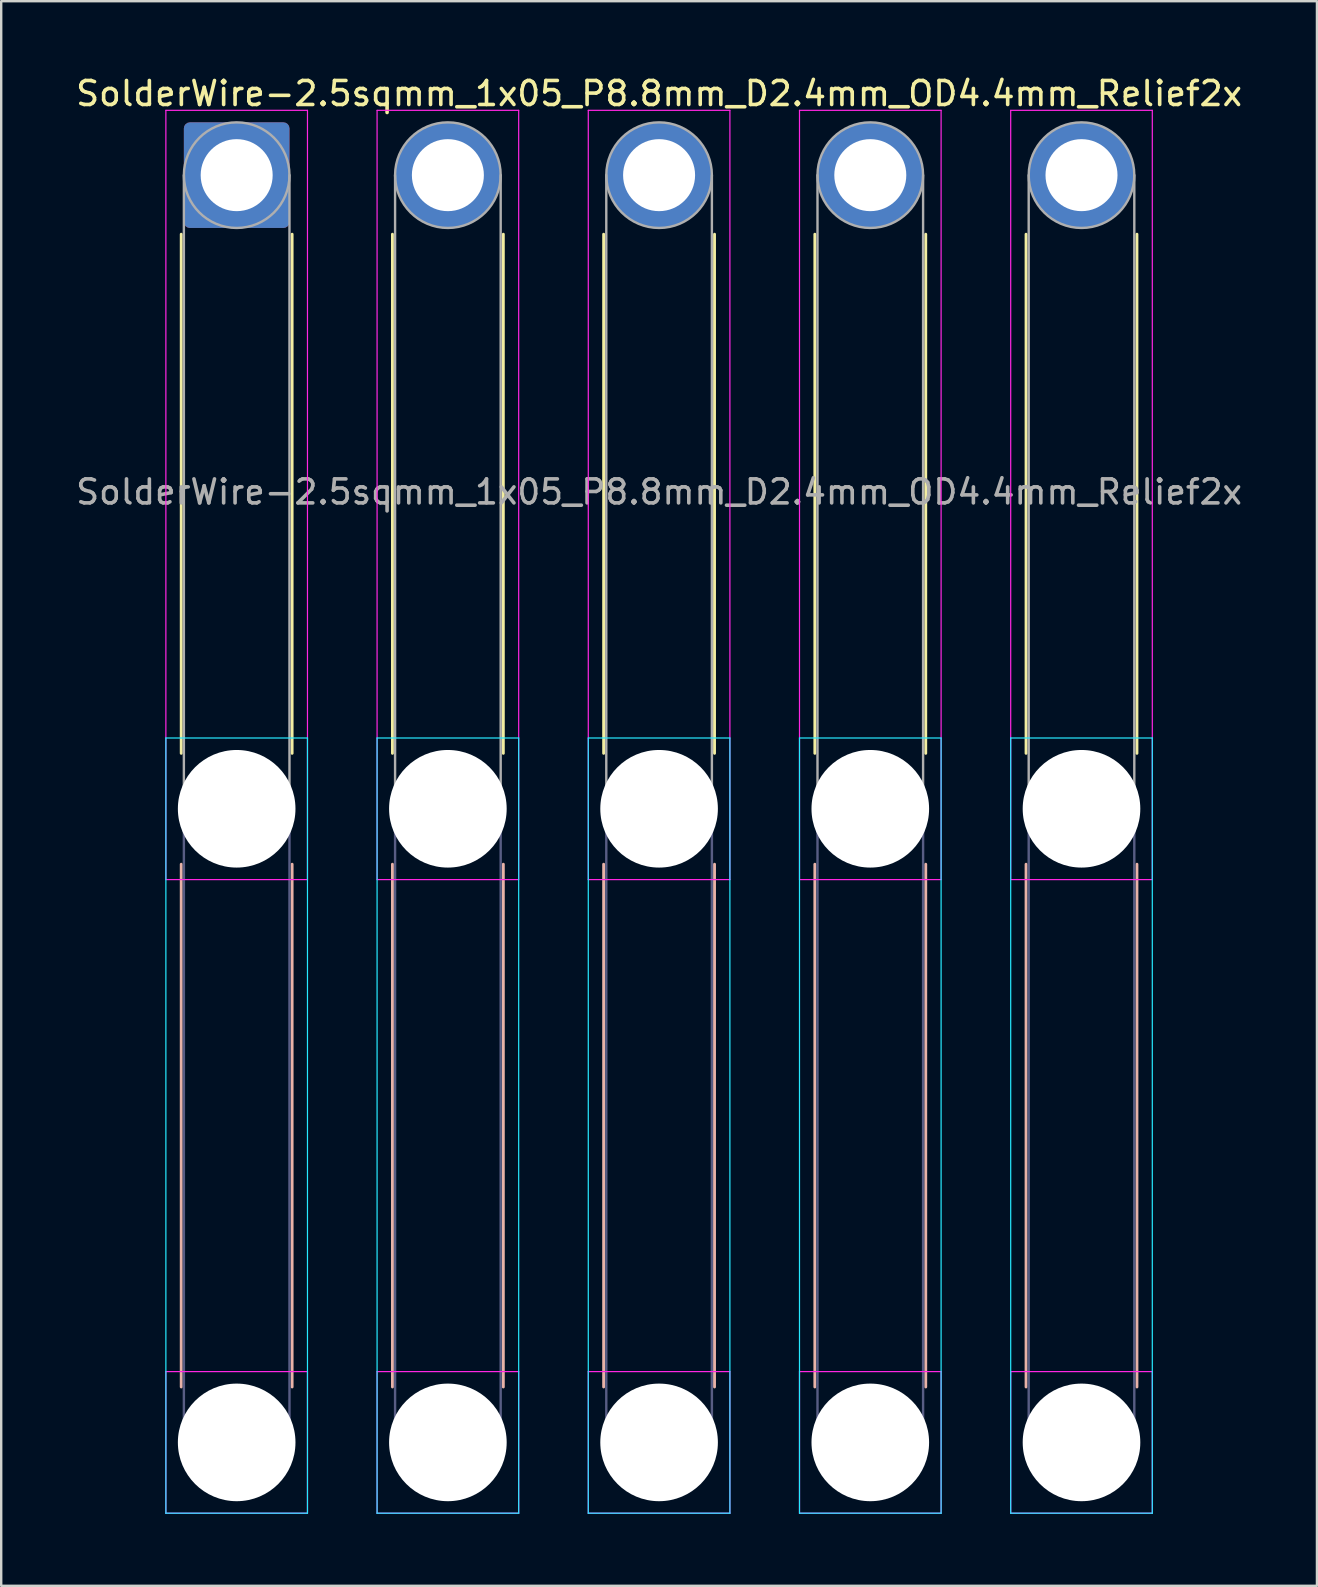
<source format=kicad_pcb>
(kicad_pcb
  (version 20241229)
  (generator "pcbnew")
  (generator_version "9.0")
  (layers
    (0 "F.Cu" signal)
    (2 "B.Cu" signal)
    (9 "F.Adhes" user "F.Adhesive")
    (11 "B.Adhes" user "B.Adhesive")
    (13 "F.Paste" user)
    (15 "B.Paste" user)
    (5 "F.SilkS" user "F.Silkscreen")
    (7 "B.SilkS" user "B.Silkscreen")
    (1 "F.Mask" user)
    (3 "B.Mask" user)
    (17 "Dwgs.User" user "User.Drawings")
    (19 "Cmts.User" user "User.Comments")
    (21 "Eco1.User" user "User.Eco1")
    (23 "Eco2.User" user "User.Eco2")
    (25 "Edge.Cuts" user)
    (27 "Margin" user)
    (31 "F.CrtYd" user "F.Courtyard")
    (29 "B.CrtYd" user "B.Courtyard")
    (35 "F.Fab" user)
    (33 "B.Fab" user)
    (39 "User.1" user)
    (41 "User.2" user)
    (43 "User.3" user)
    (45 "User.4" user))
  (footprint "SolderWire-2.5sqmm_1x05_P8.8mm_D2.4mm_OD4.4mm_Relief2x"
    (layer "F.Cu")
    (at 6.811 4.248)
    (property "Reference" "SolderWire-2.5sqmm_1x05_P8.8mm_D2.4mm_OD4.4mm_Relief2x" (at 17.6 -3.4 0) (layer "F.SilkS") (effects (font (size 1 1) (thickness 0.15))))
    (attr exclude_from_pos_files exclude_from_bom)
    (fp_line (start -2.31 2.46) (end -2.31 24.09) (stroke (width 0.12) (type solid)) (layer "F.SilkS"))
    (fp_line (start 2.31 2.46) (end 2.31 24.09) (stroke (width 0.12) (type solid)) (layer "F.SilkS"))
    (fp_line (start 6.49 2.46) (end 6.49 24.09) (stroke (width 0.12) (type solid)) (layer "F.SilkS"))
    (fp_line (start 11.11 2.46) (end 11.11 24.09) (stroke (width 0.12) (type solid)) (layer "F.SilkS"))
    (fp_line (start 15.29 2.46) (end 15.29 24.09) (stroke (width 0.12) (type solid)) (layer "F.SilkS"))
    (fp_line (start 19.91 2.46) (end 19.91 24.09) (stroke (width 0.12) (type solid)) (layer "F.SilkS"))
    (fp_line (start 24.09 2.46) (end 24.09 24.09) (stroke (width 0.12) (type solid)) (layer "F.SilkS"))
    (fp_line (start 28.71 2.46) (end 28.71 24.09) (stroke (width 0.12) (type solid)) (layer "F.SilkS"))
    (fp_line (start 32.89 2.46) (end 32.89 24.09) (stroke (width 0.12) (type solid)) (layer "F.SilkS"))
    (fp_line (start 37.51 2.46) (end 37.51 24.09) (stroke (width 0.12) (type solid)) (layer "F.SilkS"))
    (fp_line (start -2.31 28.71) (end -2.31 50.49) (stroke (width 0.12) (type solid)) (layer "B.SilkS"))
    (fp_line (start 2.31 28.71) (end 2.31 50.49) (stroke (width 0.12) (type solid)) (layer "B.SilkS"))
    (fp_line (start 6.49 28.71) (end 6.49 50.49) (stroke (width 0.12) (type solid)) (layer "B.SilkS"))
    (fp_line (start 11.11 28.71) (end 11.11 50.49) (stroke (width 0.12) (type solid)) (layer "B.SilkS"))
    (fp_line (start 15.29 28.71) (end 15.29 50.49) (stroke (width 0.12) (type solid)) (layer "B.SilkS"))
    (fp_line (start 19.91 28.71) (end 19.91 50.49) (stroke (width 0.12) (type solid)) (layer "B.SilkS"))
    (fp_line (start 24.09 28.71) (end 24.09 50.49) (stroke (width 0.12) (type solid)) (layer "B.SilkS"))
    (fp_line (start 28.71 28.71) (end 28.71 50.49) (stroke (width 0.12) (type solid)) (layer "B.SilkS"))
    (fp_line (start 32.89 28.71) (end 32.89 50.49) (stroke (width 0.12) (type solid)) (layer "B.SilkS"))
    (fp_line (start 37.51 28.71) (end 37.51 50.49) (stroke (width 0.12) (type solid)) (layer "B.SilkS"))
    (fp_line (start -2.95 23.45) (end -2.95 55.75) (stroke (width 0.05) (type solid)) (layer "B.CrtYd"))
    (fp_line (start -2.95 55.75) (end 2.95 55.75) (stroke (width 0.05) (type solid)) (layer "B.CrtYd"))
    (fp_line (start 2.95 23.45) (end -2.95 23.45) (stroke (width 0.05) (type solid)) (layer "B.CrtYd"))
    (fp_line (start 2.95 55.75) (end 2.95 23.45) (stroke (width 0.05) (type solid)) (layer "B.CrtYd"))
    (fp_line (start 5.85 23.45) (end 5.85 55.75) (stroke (width 0.05) (type solid)) (layer "B.CrtYd"))
    (fp_line (start 5.85 55.75) (end 11.75 55.75) (stroke (width 0.05) (type solid)) (layer "B.CrtYd"))
    (fp_line (start 11.75 23.45) (end 5.85 23.45) (stroke (width 0.05) (type solid)) (layer "B.CrtYd"))
    (fp_line (start 11.75 55.75) (end 11.75 23.45) (stroke (width 0.05) (type solid)) (layer "B.CrtYd"))
    (fp_line (start 14.65 23.45) (end 14.65 55.75) (stroke (width 0.05) (type solid)) (layer "B.CrtYd"))
    (fp_line (start 14.65 55.75) (end 20.55 55.75) (stroke (width 0.05) (type solid)) (layer "B.CrtYd"))
    (fp_line (start 20.55 23.45) (end 14.65 23.45) (stroke (width 0.05) (type solid)) (layer "B.CrtYd"))
    (fp_line (start 20.55 55.75) (end 20.55 23.45) (stroke (width 0.05) (type solid)) (layer "B.CrtYd"))
    (fp_line (start 23.45 23.45) (end 23.45 55.75) (stroke (width 0.05) (type solid)) (layer "B.CrtYd"))
    (fp_line (start 23.45 55.75) (end 29.35 55.75) (stroke (width 0.05) (type solid)) (layer "B.CrtYd"))
    (fp_line (start 29.35 23.45) (end 23.45 23.45) (stroke (width 0.05) (type solid)) (layer "B.CrtYd"))
    (fp_line (start 29.35 55.75) (end 29.35 23.45) (stroke (width 0.05) (type solid)) (layer "B.CrtYd"))
    (fp_line (start 32.25 23.45) (end 32.25 55.75) (stroke (width 0.05) (type solid)) (layer "B.CrtYd"))
    (fp_line (start 32.25 55.75) (end 38.15 55.75) (stroke (width 0.05) (type solid)) (layer "B.CrtYd"))
    (fp_line (start 38.15 23.45) (end 32.25 23.45) (stroke (width 0.05) (type solid)) (layer "B.CrtYd"))
    (fp_line (start 38.15 55.75) (end 38.15 23.45) (stroke (width 0.05) (type solid)) (layer "B.CrtYd"))
    (fp_line (start -2.95 -2.7) (end -2.95 29.35) (stroke (width 0.05) (type solid)) (layer "F.CrtYd"))
    (fp_line (start -2.95 29.35) (end 2.95 29.35) (stroke (width 0.05) (type solid)) (layer "F.CrtYd"))
    (fp_line (start -2.95 49.85) (end -2.95 55.75) (stroke (width 0.05) (type solid)) (layer "F.CrtYd"))
    (fp_line (start -2.95 55.75) (end 2.95 55.75) (stroke (width 0.05) (type solid)) (layer "F.CrtYd"))
    (fp_line (start 2.95 -2.7) (end -2.95 -2.7) (stroke (width 0.05) (type solid)) (layer "F.CrtYd"))
    (fp_line (start 2.95 29.35) (end 2.95 -2.7) (stroke (width 0.05) (type solid)) (layer "F.CrtYd"))
    (fp_line (start 2.95 49.85) (end -2.95 49.85) (stroke (width 0.05) (type solid)) (layer "F.CrtYd"))
    (fp_line (start 2.95 55.75) (end 2.95 49.85) (stroke (width 0.05) (type solid)) (layer "F.CrtYd"))
    (fp_line (start 5.85 -2.7) (end 5.85 29.35) (stroke (width 0.05) (type solid)) (layer "F.CrtYd"))
    (fp_line (start 5.85 29.35) (end 11.75 29.35) (stroke (width 0.05) (type solid)) (layer "F.CrtYd"))
    (fp_line (start 5.85 49.85) (end 5.85 55.75) (stroke (width 0.05) (type solid)) (layer "F.CrtYd"))
    (fp_line (start 5.85 55.75) (end 11.75 55.75) (stroke (width 0.05) (type solid)) (layer "F.CrtYd"))
    (fp_line (start 11.75 -2.7) (end 5.85 -2.7) (stroke (width 0.05) (type solid)) (layer "F.CrtYd"))
    (fp_line (start 11.75 29.35) (end 11.75 -2.7) (stroke (width 0.05) (type solid)) (layer "F.CrtYd"))
    (fp_line (start 11.75 49.85) (end 5.85 49.85) (stroke (width 0.05) (type solid)) (layer "F.CrtYd"))
    (fp_line (start 11.75 55.75) (end 11.75 49.85) (stroke (width 0.05) (type solid)) (layer "F.CrtYd"))
    (fp_line (start 14.65 -2.7) (end 14.65 29.35) (stroke (width 0.05) (type solid)) (layer "F.CrtYd"))
    (fp_line (start 14.65 29.35) (end 20.55 29.35) (stroke (width 0.05) (type solid)) (layer "F.CrtYd"))
    (fp_line (start 14.65 49.85) (end 14.65 55.75) (stroke (width 0.05) (type solid)) (layer "F.CrtYd"))
    (fp_line (start 14.65 55.75) (end 20.55 55.75) (stroke (width 0.05) (type solid)) (layer "F.CrtYd"))
    (fp_line (start 20.55 -2.7) (end 14.65 -2.7) (stroke (width 0.05) (type solid)) (layer "F.CrtYd"))
    (fp_line (start 20.55 29.35) (end 20.55 -2.7) (stroke (width 0.05) (type solid)) (layer "F.CrtYd"))
    (fp_line (start 20.55 49.85) (end 14.65 49.85) (stroke (width 0.05) (type solid)) (layer "F.CrtYd"))
    (fp_line (start 20.55 55.75) (end 20.55 49.85) (stroke (width 0.05) (type solid)) (layer "F.CrtYd"))
    (fp_line (start 23.45 -2.7) (end 23.45 29.35) (stroke (width 0.05) (type solid)) (layer "F.CrtYd"))
    (fp_line (start 23.45 29.35) (end 29.35 29.35) (stroke (width 0.05) (type solid)) (layer "F.CrtYd"))
    (fp_line (start 23.45 49.85) (end 23.45 55.75) (stroke (width 0.05) (type solid)) (layer "F.CrtYd"))
    (fp_line (start 23.45 55.75) (end 29.35 55.75) (stroke (width 0.05) (type solid)) (layer "F.CrtYd"))
    (fp_line (start 29.35 -2.7) (end 23.45 -2.7) (stroke (width 0.05) (type solid)) (layer "F.CrtYd"))
    (fp_line (start 29.35 29.35) (end 29.35 -2.7) (stroke (width 0.05) (type solid)) (layer "F.CrtYd"))
    (fp_line (start 29.35 49.85) (end 23.45 49.85) (stroke (width 0.05) (type solid)) (layer "F.CrtYd"))
    (fp_line (start 29.35 55.75) (end 29.35 49.85) (stroke (width 0.05) (type solid)) (layer "F.CrtYd"))
    (fp_line (start 32.25 -2.7) (end 32.25 29.35) (stroke (width 0.05) (type solid)) (layer "F.CrtYd"))
    (fp_line (start 32.25 29.35) (end 38.15 29.35) (stroke (width 0.05) (type solid)) (layer "F.CrtYd"))
    (fp_line (start 32.25 49.85) (end 32.25 55.75) (stroke (width 0.05) (type solid)) (layer "F.CrtYd"))
    (fp_line (start 32.25 55.75) (end 38.15 55.75) (stroke (width 0.05) (type solid)) (layer "F.CrtYd"))
    (fp_line (start 38.15 -2.7) (end 32.25 -2.7) (stroke (width 0.05) (type solid)) (layer "F.CrtYd"))
    (fp_line (start 38.15 29.35) (end 38.15 -2.7) (stroke (width 0.05) (type solid)) (layer "F.CrtYd"))
    (fp_line (start 38.15 49.85) (end 32.25 49.85) (stroke (width 0.05) (type solid)) (layer "F.CrtYd"))
    (fp_line (start 38.15 55.75) (end 38.15 49.85) (stroke (width 0.05) (type solid)) (layer "F.CrtYd"))
    (fp_line (start -2.2 26.4) (end -2.2 52.8) (stroke (width 0.1) (type solid)) (layer "B.Fab"))
    (fp_line (start 2.2 26.4) (end 2.2 52.8) (stroke (width 0.1) (type solid)) (layer "B.Fab"))
    (fp_line (start 6.6 26.4) (end 6.6 52.8) (stroke (width 0.1) (type solid)) (layer "B.Fab"))
    (fp_line (start 11 26.4) (end 11 52.8) (stroke (width 0.1) (type solid)) (layer "B.Fab"))
    (fp_line (start 15.4 26.4) (end 15.4 52.8) (stroke (width 0.1) (type solid)) (layer "B.Fab"))
    (fp_line (start 19.8 26.4) (end 19.8 52.8) (stroke (width 0.1) (type solid)) (layer "B.Fab"))
    (fp_line (start 24.2 26.4) (end 24.2 52.8) (stroke (width 0.1) (type solid)) (layer "B.Fab"))
    (fp_line (start 28.6 26.4) (end 28.6 52.8) (stroke (width 0.1) (type solid)) (layer "B.Fab"))
    (fp_line (start 33 26.4) (end 33 52.8) (stroke (width 0.1) (type solid)) (layer "B.Fab"))
    (fp_line (start 37.4 26.4) (end 37.4 52.8) (stroke (width 0.1) (type solid)) (layer "B.Fab"))
    (fp_circle (center 0 26.4) (end 2.2 26.4) (stroke (width 0.1) (type solid)) (fill no) (layer "B.Fab"))
    (fp_circle (center 0 52.8) (end 2.2 52.8) (stroke (width 0.1) (type solid)) (fill no) (layer "B.Fab"))
    (fp_circle (center 8.8 26.4) (end 11 26.4) (stroke (width 0.1) (type solid)) (fill no) (layer "B.Fab"))
    (fp_circle (center 8.8 52.8) (end 11 52.8) (stroke (width 0.1) (type solid)) (fill no) (layer "B.Fab"))
    (fp_circle (center 17.6 26.4) (end 19.8 26.4) (stroke (width 0.1) (type solid)) (fill no) (layer "B.Fab"))
    (fp_circle (center 17.6 52.8) (end 19.8 52.8) (stroke (width 0.1) (type solid)) (fill no) (layer "B.Fab"))
    (fp_circle (center 26.4 26.4) (end 28.6 26.4) (stroke (width 0.1) (type solid)) (fill no) (layer "B.Fab"))
    (fp_circle (center 26.4 52.8) (end 28.6 52.8) (stroke (width 0.1) (type solid)) (fill no) (layer "B.Fab"))
    (fp_circle (center 35.2 26.4) (end 37.4 26.4) (stroke (width 0.1) (type solid)) (fill no) (layer "B.Fab"))
    (fp_circle (center 35.2 52.8) (end 37.4 52.8) (stroke (width 0.1) (type solid)) (fill no) (layer "B.Fab"))
    (fp_line (start -2.2 0) (end -2.2 26.4) (stroke (width 0.1) (type solid)) (layer "F.Fab"))
    (fp_line (start 2.2 0) (end 2.2 26.4) (stroke (width 0.1) (type solid)) (layer "F.Fab"))
    (fp_line (start 6.6 0) (end 6.6 26.4) (stroke (width 0.1) (type solid)) (layer "F.Fab"))
    (fp_line (start 11 0) (end 11 26.4) (stroke (width 0.1) (type solid)) (layer "F.Fab"))
    (fp_line (start 15.4 0) (end 15.4 26.4) (stroke (width 0.1) (type solid)) (layer "F.Fab"))
    (fp_line (start 19.8 0) (end 19.8 26.4) (stroke (width 0.1) (type solid)) (layer "F.Fab"))
    (fp_line (start 24.2 0) (end 24.2 26.4) (stroke (width 0.1) (type solid)) (layer "F.Fab"))
    (fp_line (start 28.6 0) (end 28.6 26.4) (stroke (width 0.1) (type solid)) (layer "F.Fab"))
    (fp_line (start 33 0) (end 33 26.4) (stroke (width 0.1) (type solid)) (layer "F.Fab"))
    (fp_line (start 37.4 0) (end 37.4 26.4) (stroke (width 0.1) (type solid)) (layer "F.Fab"))
    (fp_circle (center 0 0) (end 2.2 0) (stroke (width 0.1) (type solid)) (fill no) (layer "F.Fab"))
    (fp_circle (center 0 26.4) (end 2.2 26.4) (stroke (width 0.1) (type solid)) (fill no) (layer "F.Fab"))
    (fp_circle (center 0 52.8) (end 2.2 52.8) (stroke (width 0.1) (type solid)) (fill no) (layer "F.Fab"))
    (fp_circle (center 8.8 0) (end 11 0) (stroke (width 0.1) (type solid)) (fill no) (layer "F.Fab"))
    (fp_circle (center 8.8 26.4) (end 11 26.4) (stroke (width 0.1) (type solid)) (fill no) (layer "F.Fab"))
    (fp_circle (center 8.8 52.8) (end 11 52.8) (stroke (width 0.1) (type solid)) (fill no) (layer "F.Fab"))
    (fp_circle (center 17.6 0) (end 19.8 0) (stroke (width 0.1) (type solid)) (fill no) (layer "F.Fab"))
    (fp_circle (center 17.6 26.4) (end 19.8 26.4) (stroke (width 0.1) (type solid)) (fill no) (layer "F.Fab"))
    (fp_circle (center 17.6 52.8) (end 19.8 52.8) (stroke (width 0.1) (type solid)) (fill no) (layer "F.Fab"))
    (fp_circle (center 26.4 0) (end 28.6 0) (stroke (width 0.1) (type solid)) (fill no) (layer "F.Fab"))
    (fp_circle (center 26.4 26.4) (end 28.6 26.4) (stroke (width 0.1) (type solid)) (fill no) (layer "F.Fab"))
    (fp_circle (center 26.4 52.8) (end 28.6 52.8) (stroke (width 0.1) (type solid)) (fill no) (layer "F.Fab"))
    (fp_circle (center 35.2 0) (end 37.4 0) (stroke (width 0.1) (type solid)) (fill no) (layer "F.Fab"))
    (fp_circle (center 35.2 26.4) (end 37.4 26.4) (stroke (width 0.1) (type solid)) (fill no) (layer "F.Fab"))
    (fp_circle (center 35.2 52.8) (end 37.4 52.8) (stroke (width 0.1) (type solid)) (fill no) (layer "F.Fab"))
    (fp_text user "${REFERENCE}" (at 17.6 13.2 0) (layer "F.Fab") (effects (font (size 1 1) (thickness 0.15))))
    (pad "" np_thru_hole circle (at 0 26.4) (size 4.9 4.9) (drill 4.9) (layers "*.Cu" "*.Mask"))
    (pad "" np_thru_hole circle (at 0 52.8) (size 4.9 4.9) (drill 4.9) (layers "*.Cu" "*.Mask"))
    (pad "" np_thru_hole circle (at 8.8 26.4) (size 4.9 4.9) (drill 4.9) (layers "*.Cu" "*.Mask"))
    (pad "" np_thru_hole circle (at 8.8 52.8) (size 4.9 4.9) (drill 4.9) (layers "*.Cu" "*.Mask"))
    (pad "" np_thru_hole circle (at 17.6 26.4) (size 4.9 4.9) (drill 4.9) (layers "*.Cu" "*.Mask"))
    (pad "" np_thru_hole circle (at 17.6 52.8) (size 4.9 4.9) (drill 4.9) (layers "*.Cu" "*.Mask"))
    (pad "" np_thru_hole circle (at 26.4 26.4) (size 4.9 4.9) (drill 4.9) (layers "*.Cu" "*.Mask"))
    (pad "" np_thru_hole circle (at 26.4 52.8) (size 4.9 4.9) (drill 4.9) (layers "*.Cu" "*.Mask"))
    (pad "" np_thru_hole circle (at 35.2 26.4) (size 4.9 4.9) (drill 4.9) (layers "*.Cu" "*.Mask"))
    (pad "" np_thru_hole circle (at 35.2 52.8) (size 4.9 4.9) (drill 4.9) (layers "*.Cu" "*.Mask"))
    (pad "1" thru_hole roundrect (at 0 0) (size 4.4 4.4) (drill 3) (layers "*.Cu" "*.Mask") (roundrect_rratio 0.057))
    (pad "2" thru_hole circle (at 8.8 0) (size 4.4 4.4) (drill 3) (layers "*.Cu" "*.Mask"))
    (pad "3" thru_hole circle (at 17.6 0) (size 4.4 4.4) (drill 3) (layers "*.Cu" "*.Mask"))
    (pad "4" thru_hole circle (at 26.4 0) (size 4.4 4.4) (drill 3) (layers "*.Cu" "*.Mask"))
    (pad "5" thru_hole circle (at 35.2 0) (size 4.4 4.4) (drill 3) (layers "*.Cu" "*.Mask")))
  (gr_rect
    (start -3 -3)
    (end 51.821 63.023)
    (stroke (width 0.1) (type default))
    (fill no)
    (layer "Edge.Cuts")))
</source>
